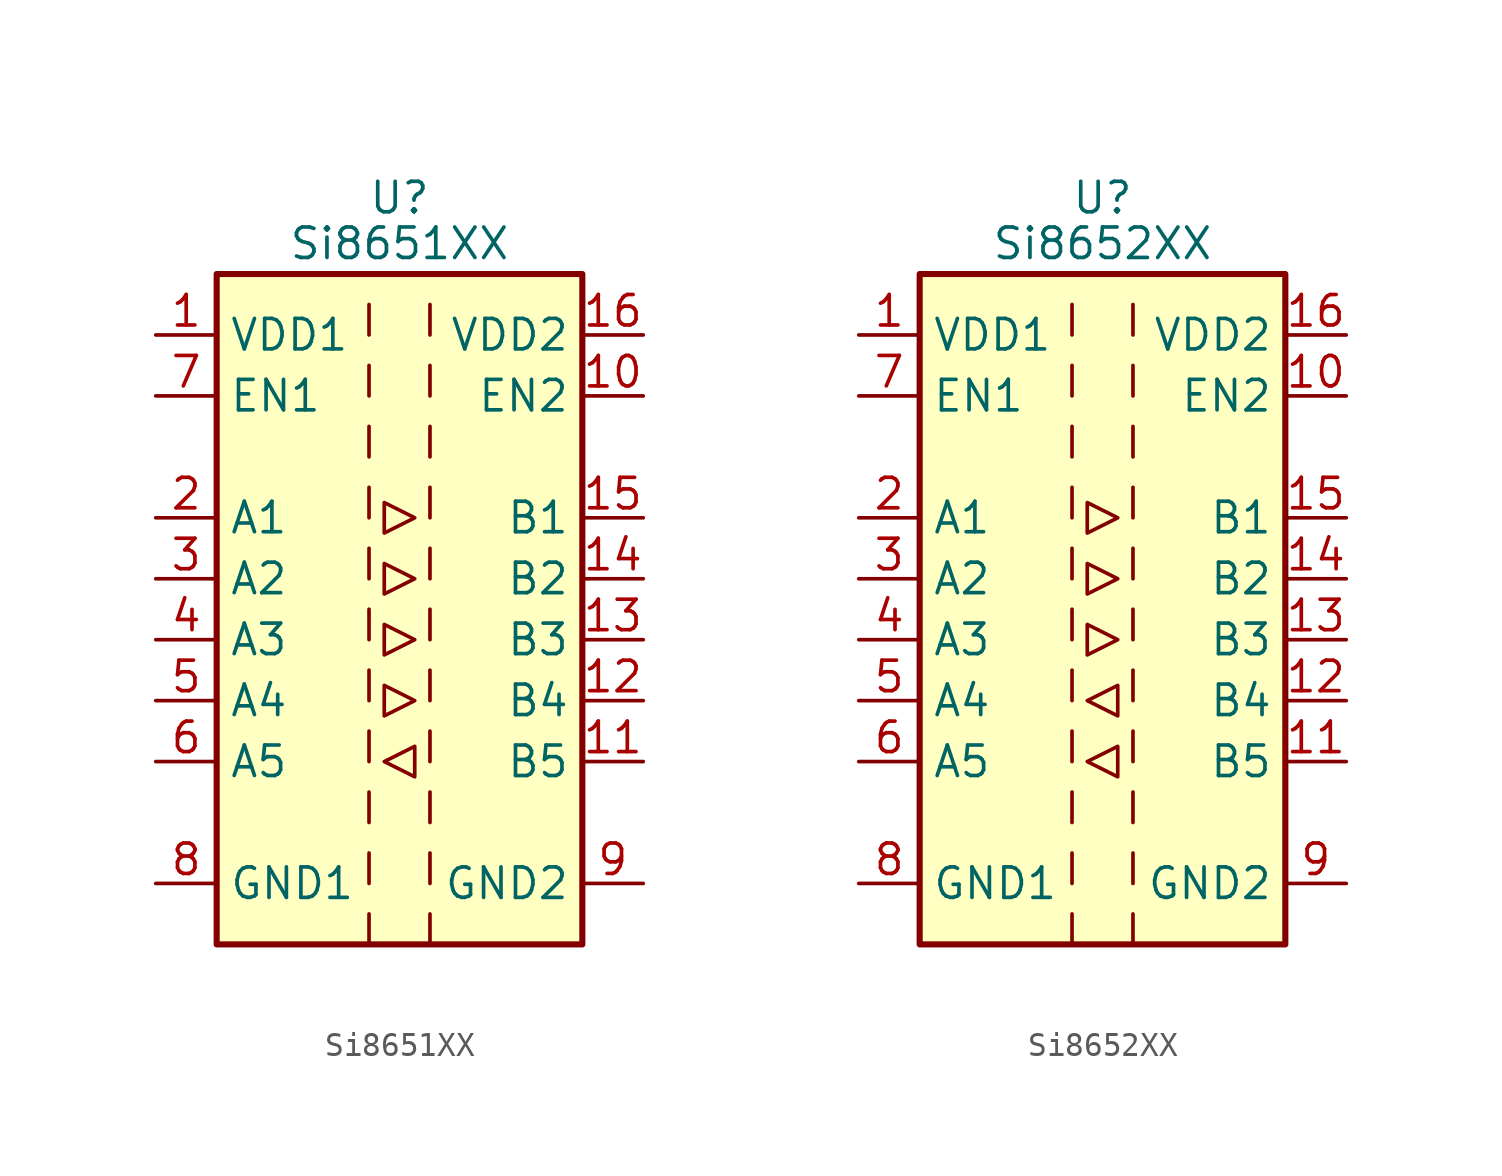
<source format=kicad_sym>
(kicad_symbol_lib
  (version 20231120)
  (generator "kicad_symbol_editor")
  (generator_version "8.0")
  (symbol "Si8651XX"
    (property "Reference" "U"
      (at 0 17.145 0)
      (effects (font (size 1.27 1.27))))
    (property "Value" "Si8651XX"
      (at 0 15.24 0)
      (effects (font (size 1.27 1.27))))
    (symbol "Si8651XX_0_1"
      (rectangle (start -7.62 13.97) (end 7.62 -13.97) (stroke (width 0.254) (type solid)) (fill (type background)))
      (polyline (pts (xy -1.27 -10.16) (xy -1.27 -11.43)) (stroke (width 0) (type solid)) (fill (type none)))
      (polyline (pts (xy -1.27 -7.62) (xy -1.27 -8.89)) (stroke (width 0) (type solid)) (fill (type none)))
      (polyline (pts (xy -1.27 -5.08) (xy -1.27 -6.35)) (stroke (width 0) (type solid)) (fill (type none)))
      (polyline (pts (xy -1.27 -2.54) (xy -1.27 -3.81)) (stroke (width 0) (type solid)) (fill (type none)))
      (polyline (pts (xy -1.27 0) (xy -1.27 -1.27)) (stroke (width 0) (type solid)) (fill (type none)))
      (polyline (pts (xy -1.27 2.54) (xy -1.27 1.27)) (stroke (width 0) (type solid)) (fill (type none)))
      (polyline (pts (xy -1.27 5.08) (xy -1.27 3.81)) (stroke (width 0) (type solid)) (fill (type none)))
      (polyline (pts (xy -1.27 7.62) (xy -1.27 6.35)) (stroke (width 0) (type solid)) (fill (type none)))
      (polyline (pts (xy -1.27 10.16) (xy -1.27 8.89)) (stroke (width 0) (type solid)) (fill (type none)))
      (polyline (pts (xy -1.27 12.7) (xy -1.27 11.43)) (stroke (width 0) (type solid)) (fill (type none)))
      (polyline (pts (xy 1.27 -10.16) (xy 1.27 -11.43)) (stroke (width 0) (type solid)) (fill (type none)))
      (polyline (pts (xy 1.27 -7.62) (xy 1.27 -8.89)) (stroke (width 0) (type solid)) (fill (type none)))
      (polyline (pts (xy 1.27 -5.08) (xy 1.27 -6.35)) (stroke (width 0) (type solid)) (fill (type none)))
      (polyline (pts (xy 1.27 -2.54) (xy 1.27 -3.81)) (stroke (width 0) (type solid)) (fill (type none)))
      (polyline (pts (xy 1.27 0) (xy 1.27 -1.27)) (stroke (width 0) (type solid)) (fill (type none)))
      (polyline (pts (xy 1.27 2.54) (xy 1.27 1.27)) (stroke (width 0) (type solid)) (fill (type none)))
      (polyline (pts (xy 1.27 5.08) (xy 1.27 3.81)) (stroke (width 0) (type solid)) (fill (type none)))
      (polyline (pts (xy 1.27 7.62) (xy 1.27 6.35)) (stroke (width 0) (type solid)) (fill (type none)))
      (polyline (pts (xy 1.27 10.16) (xy 1.27 8.89)) (stroke (width 0) (type solid)) (fill (type none)))
      (polyline (pts (xy 1.27 12.7) (xy 1.27 11.43)) (stroke (width 0) (type solid)) (fill (type none)))
      (polyline (pts (xy -0.635 1.905) (xy -0.635 0.635) (xy 0.635 1.27) (xy -0.635 1.905)) (stroke (width 0) (type solid)) (fill (type none)))
      (polyline (pts (xy -0.635 4.445) (xy -0.635 3.175) (xy 0.635 3.81) (xy -0.635 4.445)) (stroke (width 0) (type solid)) (fill (type none)))
      (polyline (pts (xy 0.635 -3.81) (xy -0.635 -3.175) (xy -0.635 -4.445) (xy 0.635 -3.81)) (stroke (width 0) (type solid)) (fill (type none)))
      (polyline (pts (xy 0.635 -1.27) (xy -0.635 -0.635) (xy -0.635 -1.905) (xy 0.635 -1.27)) (stroke (width 0) (type solid)) (fill (type none))))
    (symbol "Si8651XX_1_1"
      (polyline (pts (xy -1.27 -12.7) (xy -1.27 -13.97)) (stroke (width 0) (type solid)) (fill (type none)))
      (polyline (pts (xy 1.27 -12.7) (xy 1.27 -13.97)) (stroke (width 0) (type solid)) (fill (type none)))
      (polyline (pts (xy -0.635 -6.35) (xy 0.635 -5.715) (xy 0.635 -6.985) (xy -0.635 -6.35)) (stroke (width 0) (type solid)) (fill (type none)))
      (pin power_in line (at -10.16 11.43 0) (length 2.54) (name "VDD1" (effects (font (size 1.27 1.27)))) (number "1" (effects (font (size 1.27 1.27)))))
      (pin input line (at 10.16 8.89 180) (length 2.54) (name "EN2" (effects (font (size 1.27 1.27)))) (number "10" (effects (font (size 1.27 1.27)))))
      (pin input line (at 10.16 -6.35 180) (length 2.54) (name "B5" (effects (font (size 1.27 1.27)))) (number "11" (effects (font (size 1.27 1.27)))))
      (pin output line (at 10.16 -3.81 180) (length 2.54) (name "B4" (effects (font (size 1.27 1.27)))) (number "12" (effects (font (size 1.27 1.27)))))
      (pin output line (at 10.16 -1.27 180) (length 2.54) (name "B3" (effects (font (size 1.27 1.27)))) (number "13" (effects (font (size 1.27 1.27)))))
      (pin output line (at 10.16 1.27 180) (length 2.54) (name "B2" (effects (font (size 1.27 1.27)))) (number "14" (effects (font (size 1.27 1.27)))))
      (pin output line (at 10.16 3.81 180) (length 2.54) (name "B1" (effects (font (size 1.27 1.27)))) (number "15" (effects (font (size 1.27 1.27)))))
      (pin power_in line (at 10.16 11.43 180) (length 2.54) (name "VDD2" (effects (font (size 1.27 1.27)))) (number "16" (effects (font (size 1.27 1.27)))))
      (pin input line (at -10.16 3.81 0) (length 2.54) (name "A1" (effects (font (size 1.27 1.27)))) (number "2" (effects (font (size 1.27 1.27)))))
      (pin input line (at -10.16 1.27 0) (length 2.54) (name "A2" (effects (font (size 1.27 1.27)))) (number "3" (effects (font (size 1.27 1.27)))))
      (pin input line (at -10.16 -1.27 0) (length 2.54) (name "A3" (effects (font (size 1.27 1.27)))) (number "4" (effects (font (size 1.27 1.27)))))
      (pin input line (at -10.16 -3.81 0) (length 2.54) (name "A4" (effects (font (size 1.27 1.27)))) (number "5" (effects (font (size 1.27 1.27)))))
      (pin output line (at -10.16 -6.35 0) (length 2.54) (name "A5" (effects (font (size 1.27 1.27)))) (number "6" (effects (font (size 1.27 1.27)))))
      (pin input line (at -10.16 8.89 0) (length 2.54) (name "EN1" (effects (font (size 1.27 1.27)))) (number "7" (effects (font (size 1.27 1.27)))))
      (pin power_in line (at -10.16 -11.43 0) (length 2.54) (name "GND1" (effects (font (size 1.27 1.27)))) (number "8" (effects (font (size 1.27 1.27)))))
      (pin power_in line (at 10.16 -11.43 180) (length 2.54) (name "GND2" (effects (font (size 1.27 1.27)))) (number "9" (effects (font (size 1.27 1.27)))))))
  (symbol "Si8652XX"
    (property "Reference" "U"
      (at 0 17.145 0)
      (effects (font (size 1.27 1.27))))
    (property "Value" "Si8652XX"
      (at 0 15.24 0)
      (effects (font (size 1.27 1.27))))
    (symbol "Si8652XX_0_1"
      (rectangle (start -7.62 13.97) (end 7.62 -13.97) (stroke (width 0.254) (type solid)) (fill (type background)))
      (polyline (pts (xy -1.27 -10.16) (xy -1.27 -11.43)) (stroke (width 0) (type solid)) (fill (type none)))
      (polyline (pts (xy -1.27 -7.62) (xy -1.27 -8.89)) (stroke (width 0) (type solid)) (fill (type none)))
      (polyline (pts (xy -1.27 -5.08) (xy -1.27 -6.35)) (stroke (width 0) (type solid)) (fill (type none)))
      (polyline (pts (xy -1.27 -2.54) (xy -1.27 -3.81)) (stroke (width 0) (type solid)) (fill (type none)))
      (polyline (pts (xy -1.27 0) (xy -1.27 -1.27)) (stroke (width 0) (type solid)) (fill (type none)))
      (polyline (pts (xy -1.27 2.54) (xy -1.27 1.27)) (stroke (width 0) (type solid)) (fill (type none)))
      (polyline (pts (xy -1.27 5.08) (xy -1.27 3.81)) (stroke (width 0) (type solid)) (fill (type none)))
      (polyline (pts (xy -1.27 7.62) (xy -1.27 6.35)) (stroke (width 0) (type solid)) (fill (type none)))
      (polyline (pts (xy -1.27 10.16) (xy -1.27 8.89)) (stroke (width 0) (type solid)) (fill (type none)))
      (polyline (pts (xy -1.27 12.7) (xy -1.27 11.43)) (stroke (width 0) (type solid)) (fill (type none)))
      (polyline (pts (xy 1.27 -10.16) (xy 1.27 -11.43)) (stroke (width 0) (type solid)) (fill (type none)))
      (polyline (pts (xy 1.27 -7.62) (xy 1.27 -8.89)) (stroke (width 0) (type solid)) (fill (type none)))
      (polyline (pts (xy 1.27 -5.08) (xy 1.27 -6.35)) (stroke (width 0) (type solid)) (fill (type none)))
      (polyline (pts (xy 1.27 -2.54) (xy 1.27 -3.81)) (stroke (width 0) (type solid)) (fill (type none)))
      (polyline (pts (xy 1.27 0) (xy 1.27 -1.27)) (stroke (width 0) (type solid)) (fill (type none)))
      (polyline (pts (xy 1.27 2.54) (xy 1.27 1.27)) (stroke (width 0) (type solid)) (fill (type none)))
      (polyline (pts (xy 1.27 5.08) (xy 1.27 3.81)) (stroke (width 0) (type solid)) (fill (type none)))
      (polyline (pts (xy 1.27 7.62) (xy 1.27 6.35)) (stroke (width 0) (type solid)) (fill (type none)))
      (polyline (pts (xy 1.27 10.16) (xy 1.27 8.89)) (stroke (width 0) (type solid)) (fill (type none)))
      (polyline (pts (xy 1.27 12.7) (xy 1.27 11.43)) (stroke (width 0) (type solid)) (fill (type none)))
      (polyline (pts (xy -0.635 -3.81) (xy 0.635 -3.175) (xy 0.635 -4.445) (xy -0.635 -3.81)) (stroke (width 0) (type solid)) (fill (type none)))
      (polyline (pts (xy -0.635 1.905) (xy -0.635 0.635) (xy 0.635 1.27) (xy -0.635 1.905)) (stroke (width 0) (type solid)) (fill (type none)))
      (polyline (pts (xy -0.635 4.445) (xy -0.635 3.175) (xy 0.635 3.81) (xy -0.635 4.445)) (stroke (width 0) (type solid)) (fill (type none)))
      (polyline (pts (xy 0.635 -1.27) (xy -0.635 -0.635) (xy -0.635 -1.905) (xy 0.635 -1.27)) (stroke (width 0) (type solid)) (fill (type none))))
    (symbol "Si8652XX_1_1"
      (polyline (pts (xy -1.27 -12.7) (xy -1.27 -13.97)) (stroke (width 0) (type solid)) (fill (type none)))
      (polyline (pts (xy 1.27 -12.7) (xy 1.27 -13.97)) (stroke (width 0) (type solid)) (fill (type none)))
      (polyline (pts (xy -0.635 -6.35) (xy 0.635 -5.715) (xy 0.635 -6.985) (xy -0.635 -6.35)) (stroke (width 0) (type solid)) (fill (type none)))
      (pin power_in line (at -10.16 11.43 0) (length 2.54) (name "VDD1" (effects (font (size 1.27 1.27)))) (number "1" (effects (font (size 1.27 1.27)))))
      (pin input line (at 10.16 8.89 180) (length 2.54) (name "EN2" (effects (font (size 1.27 1.27)))) (number "10" (effects (font (size 1.27 1.27)))))
      (pin input line (at 10.16 -6.35 180) (length 2.54) (name "B5" (effects (font (size 1.27 1.27)))) (number "11" (effects (font (size 1.27 1.27)))))
      (pin input line (at 10.16 -3.81 180) (length 2.54) (name "B4" (effects (font (size 1.27 1.27)))) (number "12" (effects (font (size 1.27 1.27)))))
      (pin output line (at 10.16 -1.27 180) (length 2.54) (name "B3" (effects (font (size 1.27 1.27)))) (number "13" (effects (font (size 1.27 1.27)))))
      (pin output line (at 10.16 1.27 180) (length 2.54) (name "B2" (effects (font (size 1.27 1.27)))) (number "14" (effects (font (size 1.27 1.27)))))
      (pin output line (at 10.16 3.81 180) (length 2.54) (name "B1" (effects (font (size 1.27 1.27)))) (number "15" (effects (font (size 1.27 1.27)))))
      (pin power_in line (at 10.16 11.43 180) (length 2.54) (name "VDD2" (effects (font (size 1.27 1.27)))) (number "16" (effects (font (size 1.27 1.27)))))
      (pin input line (at -10.16 3.81 0) (length 2.54) (name "A1" (effects (font (size 1.27 1.27)))) (number "2" (effects (font (size 1.27 1.27)))))
      (pin input line (at -10.16 1.27 0) (length 2.54) (name "A2" (effects (font (size 1.27 1.27)))) (number "3" (effects (font (size 1.27 1.27)))))
      (pin input line (at -10.16 -1.27 0) (length 2.54) (name "A3" (effects (font (size 1.27 1.27)))) (number "4" (effects (font (size 1.27 1.27)))))
      (pin output line (at -10.16 -3.81 0) (length 2.54) (name "A4" (effects (font (size 1.27 1.27)))) (number "5" (effects (font (size 1.27 1.27)))))
      (pin output line (at -10.16 -6.35 0) (length 2.54) (name "A5" (effects (font (size 1.27 1.27)))) (number "6" (effects (font (size 1.27 1.27)))))
      (pin input line (at -10.16 8.89 0) (length 2.54) (name "EN1" (effects (font (size 1.27 1.27)))) (number "7" (effects (font (size 1.27 1.27)))))
      (pin power_in line (at -10.16 -11.43 0) (length 2.54) (name "GND1" (effects (font (size 1.27 1.27)))) (number "8" (effects (font (size 1.27 1.27)))))
      (pin power_in line (at 10.16 -11.43 180) (length 2.54) (name "GND2" (effects (font (size 1.27 1.27)))) (number "9" (effects (font (size 1.27 1.27))))))))
</source>
